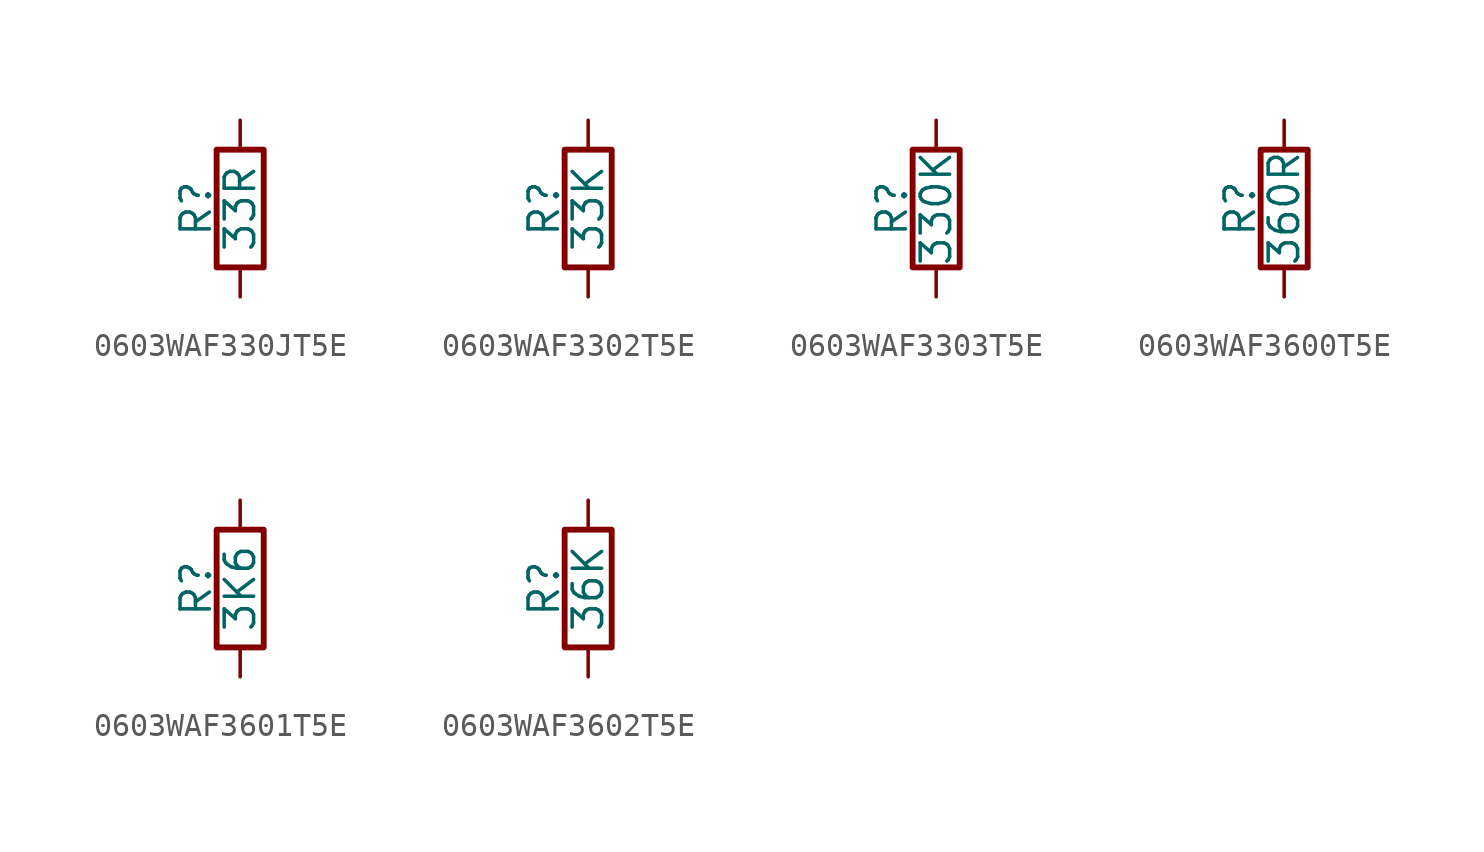
<source format=kicad_sym>
(kicad_symbol_lib
  (version 20211014)
  (generator conandllu_kicad_symbol_generator_20230404_23:29:43)
  (symbol "0603WAF330JT5E"
    (pin_numbers hide)
    (pin_names
      (offset 0))
    (property "Reference" "R"
      (at -1.905 0 90)
      (effects (font (size 1.27 1.27))))
    (property "Value" "33R"
      (at 0 0 90)
      (effects (font (size 1.27 1.27))))
    (symbol "0603WAF330JT5E_0_1"
      (rectangle (start -1.016 -2.54) (end 1.016 2.54) (stroke (width 0.254) (type default) (color 0 0 0 0)) (fill (type none))))
    (symbol "0603WAF330JT5E_1_1"
      (pin passive line (at 0 3.81 270) (length 1.27) (name "~" (effects (font (size 1.27 1.27)))) (number "1" (effects (font (size 1.27 1.27)))))
      (pin passive line (at 0 -3.81 90) (length 1.27) (name "~" (effects (font (size 1.27 1.27)))) (number "2" (effects (font (size 1.27 1.27)))))))
  (symbol "0603WAF3302T5E"
    (pin_numbers hide)
    (pin_names
      (offset 0))
    (property "Reference" "R"
      (at -1.905 0 90)
      (effects (font (size 1.27 1.27))))
    (property "Value" "33K"
      (at 0 0 90)
      (effects (font (size 1.27 1.27))))
    (symbol "0603WAF3302T5E_0_1"
      (rectangle (start -1.016 -2.54) (end 1.016 2.54) (stroke (width 0.254) (type default) (color 0 0 0 0)) (fill (type none))))
    (symbol "0603WAF3302T5E_1_1"
      (pin passive line (at 0 3.81 270) (length 1.27) (name "~" (effects (font (size 1.27 1.27)))) (number "1" (effects (font (size 1.27 1.27)))))
      (pin passive line (at 0 -3.81 90) (length 1.27) (name "~" (effects (font (size 1.27 1.27)))) (number "2" (effects (font (size 1.27 1.27)))))))
  (symbol "0603WAF3303T5E"
    (pin_numbers hide)
    (pin_names
      (offset 0))
    (property "Reference" "R"
      (at -1.905 0 90)
      (effects (font (size 1.27 1.27))))
    (property "Value" "330K"
      (at 0 0 90)
      (effects (font (size 1.27 1.27))))
    (symbol "0603WAF3303T5E_0_1"
      (rectangle (start -1.016 -2.54) (end 1.016 2.54) (stroke (width 0.254) (type default) (color 0 0 0 0)) (fill (type none))))
    (symbol "0603WAF3303T5E_1_1"
      (pin passive line (at 0 3.81 270) (length 1.27) (name "~" (effects (font (size 1.27 1.27)))) (number "1" (effects (font (size 1.27 1.27)))))
      (pin passive line (at 0 -3.81 90) (length 1.27) (name "~" (effects (font (size 1.27 1.27)))) (number "2" (effects (font (size 1.27 1.27)))))))
  (symbol "0603WAF3600T5E"
    (pin_numbers hide)
    (pin_names
      (offset 0))
    (property "Reference" "R"
      (at -1.905 0 90)
      (effects (font (size 1.27 1.27))))
    (property "Value" "360R"
      (at 0 0 90)
      (effects (font (size 1.27 1.27))))
    (symbol "0603WAF3600T5E_0_1"
      (rectangle (start -1.016 -2.54) (end 1.016 2.54) (stroke (width 0.254) (type default) (color 0 0 0 0)) (fill (type none))))
    (symbol "0603WAF3600T5E_1_1"
      (pin passive line (at 0 3.81 270) (length 1.27) (name "~" (effects (font (size 1.27 1.27)))) (number "1" (effects (font (size 1.27 1.27)))))
      (pin passive line (at 0 -3.81 90) (length 1.27) (name "~" (effects (font (size 1.27 1.27)))) (number "2" (effects (font (size 1.27 1.27)))))))
  (symbol "0603WAF3601T5E"
    (pin_numbers hide)
    (pin_names
      (offset 0))
    (property "Reference" "R"
      (at -1.905 0 90)
      (effects (font (size 1.27 1.27))))
    (property "Value" "3K6 "
      (at 0 0 90)
      (effects (font (size 1.27 1.27))))
    (symbol "0603WAF3601T5E_0_1"
      (rectangle (start -1.016 -2.54) (end 1.016 2.54) (stroke (width 0.254) (type default) (color 0 0 0 0)) (fill (type none))))
    (symbol "0603WAF3601T5E_1_1"
      (pin passive line (at 0 3.81 270) (length 1.27) (name "~" (effects (font (size 1.27 1.27)))) (number "1" (effects (font (size 1.27 1.27)))))
      (pin passive line (at 0 -3.81 90) (length 1.27) (name "~" (effects (font (size 1.27 1.27)))) (number "2" (effects (font (size 1.27 1.27)))))))
  (symbol "0603WAF3602T5E"
    (pin_numbers hide)
    (pin_names
      (offset 0))
    (property "Reference" "R"
      (at -1.905 0 90)
      (effects (font (size 1.27 1.27))))
    (property "Value" "36K"
      (at 0 0 90)
      (effects (font (size 1.27 1.27))))
    (symbol "0603WAF3602T5E_0_1"
      (rectangle (start -1.016 -2.54) (end 1.016 2.54) (stroke (width 0.254) (type default) (color 0 0 0 0)) (fill (type none))))
    (symbol "0603WAF3602T5E_1_1"
      (pin passive line (at 0 3.81 270) (length 1.27) (name "~" (effects (font (size 1.27 1.27)))) (number "1" (effects (font (size 1.27 1.27)))))
      (pin passive line (at 0 -3.81 90) (length 1.27) (name "~" (effects (font (size 1.27 1.27)))) (number "2" (effects (font (size 1.27 1.27))))))))
</source>
